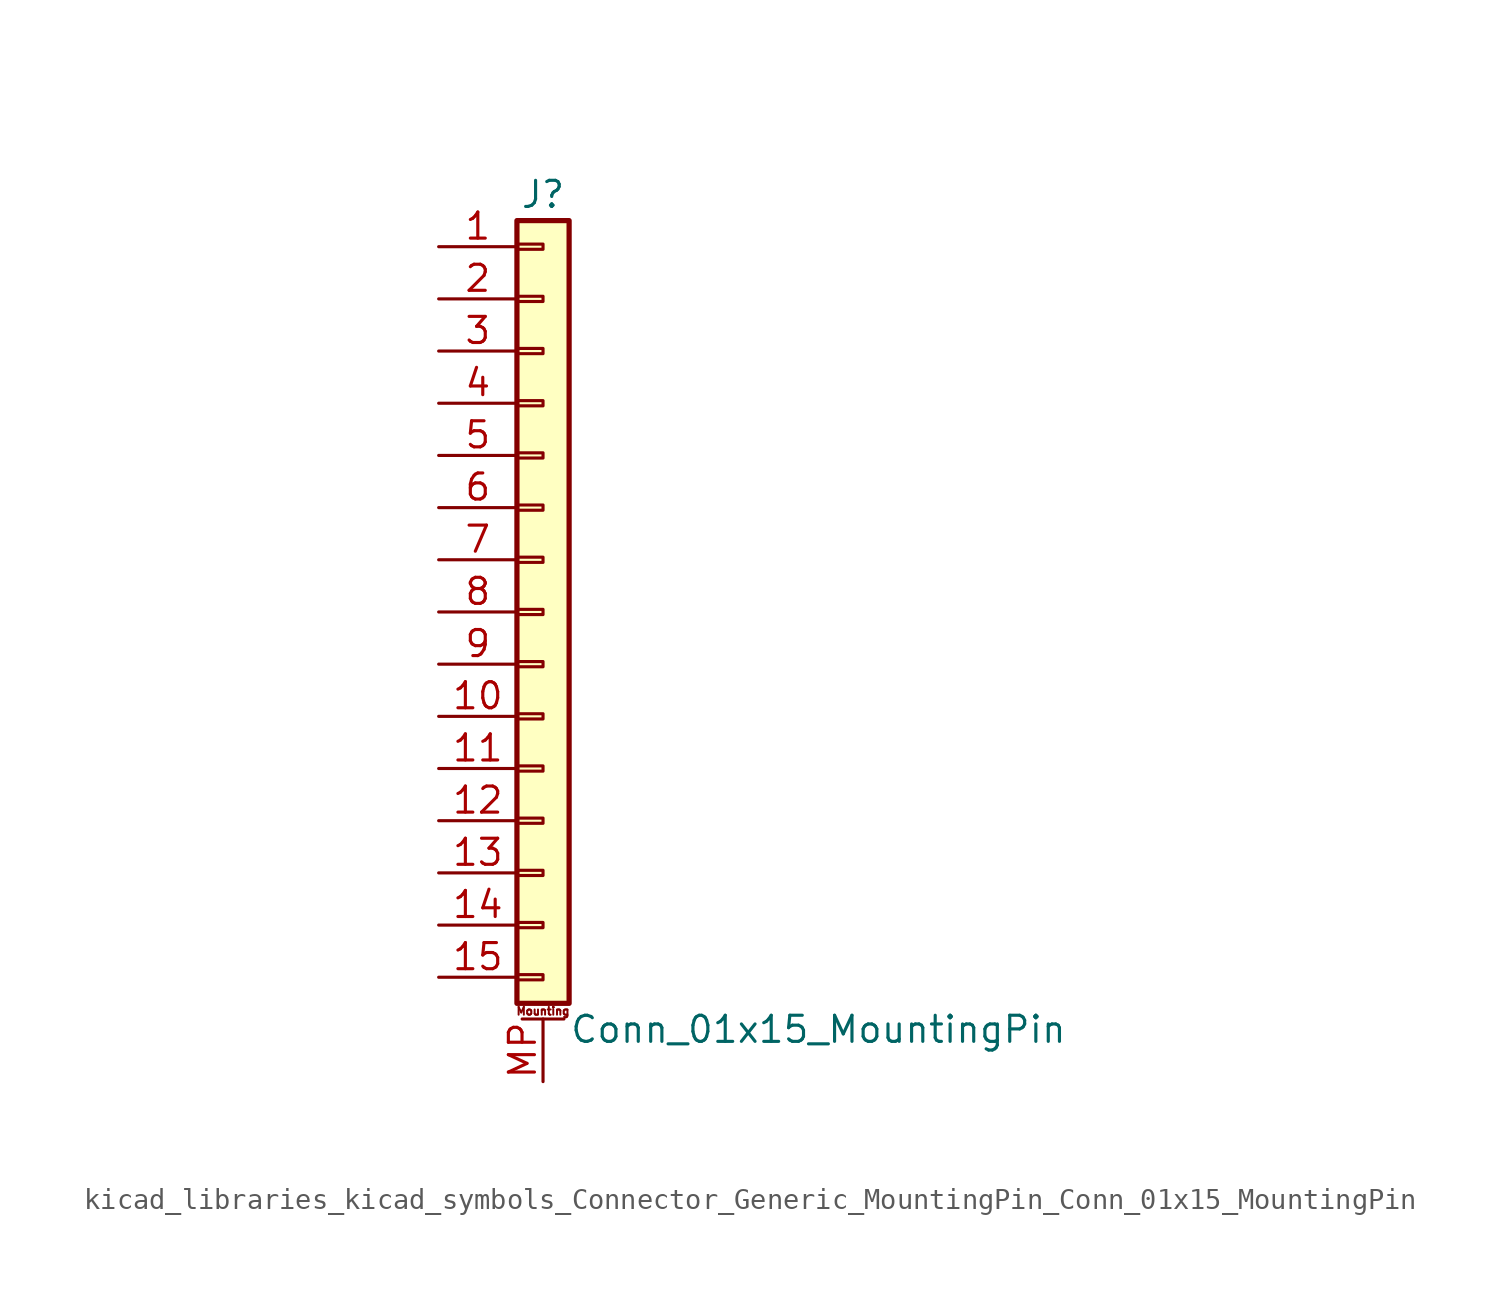
<source format=kicad_sym>
(kicad_symbol_lib
  (version 20220914)
  (generator kicad_symbol_editor)
  (symbol "kicad_libraries_kicad_symbols_Connector_Generic_MountingPin_Conn_01x15_MountingPin"
    (pin_names
      (offset 1.016) hide)
    (property "Reference" "J"
      (at 0 20.32 0)
      (effects (font (size 1.27 1.27))))
    (property "Value" "Conn_01x15_MountingPin"
      (at 1.27 -20.32 0)
      (effects (font (size 1.27 1.27)) (justify left)))
    (symbol "kicad_libraries_kicad_symbols_Connector_Generic_MountingPin_Conn_01x15_MountingPin_1_1"
      (rectangle (start -1.27 -17.653) (end 0 -17.907) (stroke (width 0.152) (type default)) (fill (type none)))
      (rectangle (start -1.27 -15.113) (end 0 -15.367) (stroke (width 0.152) (type default)) (fill (type none)))
      (rectangle (start -1.27 -12.573) (end 0 -12.827) (stroke (width 0.152) (type default)) (fill (type none)))
      (rectangle (start -1.27 -10.033) (end 0 -10.287) (stroke (width 0.152) (type default)) (fill (type none)))
      (rectangle (start -1.27 -7.493) (end 0 -7.747) (stroke (width 0.152) (type default)) (fill (type none)))
      (rectangle (start -1.27 -4.953) (end 0 -5.207) (stroke (width 0.152) (type default)) (fill (type none)))
      (rectangle (start -1.27 -2.413) (end 0 -2.667) (stroke (width 0.152) (type default)) (fill (type none)))
      (rectangle (start -1.27 0.127) (end 0 -0.127) (stroke (width 0.152) (type default)) (fill (type none)))
      (rectangle (start -1.27 2.667) (end 0 2.413) (stroke (width 0.152) (type default)) (fill (type none)))
      (rectangle (start -1.27 5.207) (end 0 4.953) (stroke (width 0.152) (type default)) (fill (type none)))
      (rectangle (start -1.27 7.747) (end 0 7.493) (stroke (width 0.152) (type default)) (fill (type none)))
      (rectangle (start -1.27 10.287) (end 0 10.033) (stroke (width 0.152) (type default)) (fill (type none)))
      (rectangle (start -1.27 12.827) (end 0 12.573) (stroke (width 0.152) (type default)) (fill (type none)))
      (rectangle (start -1.27 15.367) (end 0 15.113) (stroke (width 0.152) (type default)) (fill (type none)))
      (rectangle (start -1.27 17.907) (end 0 17.653) (stroke (width 0.152) (type default)) (fill (type none)))
      (rectangle (start -1.27 19.05) (end 1.27 -19.05) (stroke (width 0.254) (type default)) (fill (type background)))
      (polyline (pts (xy -1.016 -19.812) (xy 1.016 -19.812)) (stroke (width 0.152) (type default)) (fill (type none)))
      (text "Mounting" (at 0 -19.431 0) (effects (font (size 0.381 0.381))))
      (pin passive line (at -5.08 17.78 0) (length 3.81) (name "Pin_1" (effects (font (size 1.27 1.27)))) (number "1" (effects (font (size 1.27 1.27)))))
      (pin passive line (at -5.08 -5.08 0) (length 3.81) (name "Pin_10" (effects (font (size 1.27 1.27)))) (number "10" (effects (font (size 1.27 1.27)))))
      (pin passive line (at -5.08 -7.62 0) (length 3.81) (name "Pin_11" (effects (font (size 1.27 1.27)))) (number "11" (effects (font (size 1.27 1.27)))))
      (pin passive line (at -5.08 -10.16 0) (length 3.81) (name "Pin_12" (effects (font (size 1.27 1.27)))) (number "12" (effects (font (size 1.27 1.27)))))
      (pin passive line (at -5.08 -12.7 0) (length 3.81) (name "Pin_13" (effects (font (size 1.27 1.27)))) (number "13" (effects (font (size 1.27 1.27)))))
      (pin passive line (at -5.08 -15.24 0) (length 3.81) (name "Pin_14" (effects (font (size 1.27 1.27)))) (number "14" (effects (font (size 1.27 1.27)))))
      (pin passive line (at -5.08 -17.78 0) (length 3.81) (name "Pin_15" (effects (font (size 1.27 1.27)))) (number "15" (effects (font (size 1.27 1.27)))))
      (pin passive line (at -5.08 15.24 0) (length 3.81) (name "Pin_2" (effects (font (size 1.27 1.27)))) (number "2" (effects (font (size 1.27 1.27)))))
      (pin passive line (at -5.08 12.7 0) (length 3.81) (name "Pin_3" (effects (font (size 1.27 1.27)))) (number "3" (effects (font (size 1.27 1.27)))))
      (pin passive line (at -5.08 10.16 0) (length 3.81) (name "Pin_4" (effects (font (size 1.27 1.27)))) (number "4" (effects (font (size 1.27 1.27)))))
      (pin passive line (at -5.08 7.62 0) (length 3.81) (name "Pin_5" (effects (font (size 1.27 1.27)))) (number "5" (effects (font (size 1.27 1.27)))))
      (pin passive line (at -5.08 5.08 0) (length 3.81) (name "Pin_6" (effects (font (size 1.27 1.27)))) (number "6" (effects (font (size 1.27 1.27)))))
      (pin passive line (at -5.08 2.54 0) (length 3.81) (name "Pin_7" (effects (font (size 1.27 1.27)))) (number "7" (effects (font (size 1.27 1.27)))))
      (pin passive line (at -5.08 0 0) (length 3.81) (name "Pin_8" (effects (font (size 1.27 1.27)))) (number "8" (effects (font (size 1.27 1.27)))))
      (pin passive line (at -5.08 -2.54 0) (length 3.81) (name "Pin_9" (effects (font (size 1.27 1.27)))) (number "9" (effects (font (size 1.27 1.27)))))
      (pin passive line (at 0 -22.86 90) (length 3.048) (name "MountPin" (effects (font (size 1.27 1.27)))) (number "MP" (effects (font (size 1.27 1.27))))))))
</source>
